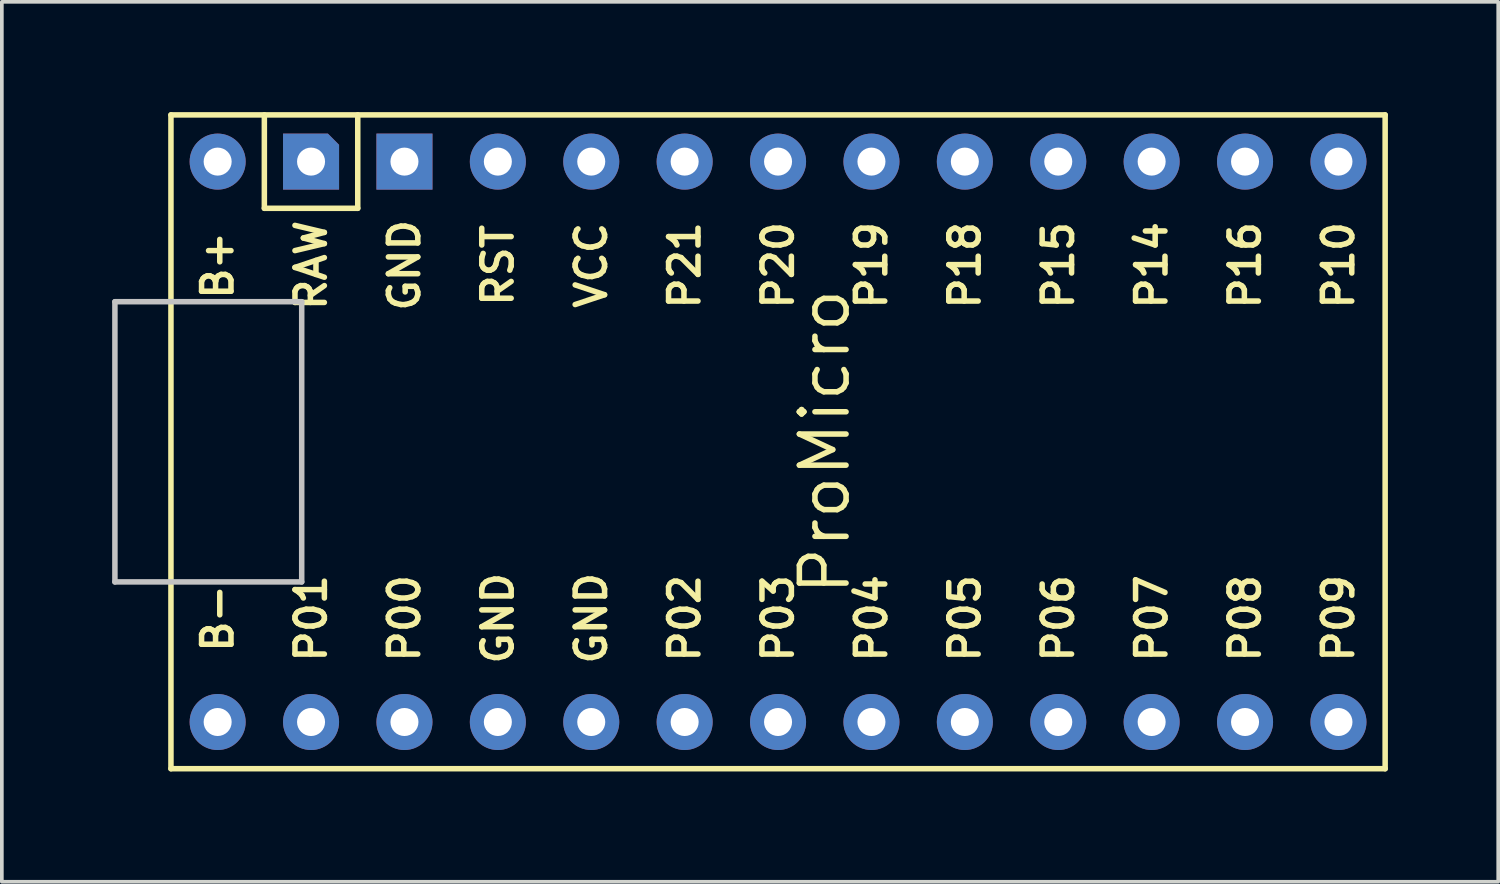
<source format=kicad_pcb>
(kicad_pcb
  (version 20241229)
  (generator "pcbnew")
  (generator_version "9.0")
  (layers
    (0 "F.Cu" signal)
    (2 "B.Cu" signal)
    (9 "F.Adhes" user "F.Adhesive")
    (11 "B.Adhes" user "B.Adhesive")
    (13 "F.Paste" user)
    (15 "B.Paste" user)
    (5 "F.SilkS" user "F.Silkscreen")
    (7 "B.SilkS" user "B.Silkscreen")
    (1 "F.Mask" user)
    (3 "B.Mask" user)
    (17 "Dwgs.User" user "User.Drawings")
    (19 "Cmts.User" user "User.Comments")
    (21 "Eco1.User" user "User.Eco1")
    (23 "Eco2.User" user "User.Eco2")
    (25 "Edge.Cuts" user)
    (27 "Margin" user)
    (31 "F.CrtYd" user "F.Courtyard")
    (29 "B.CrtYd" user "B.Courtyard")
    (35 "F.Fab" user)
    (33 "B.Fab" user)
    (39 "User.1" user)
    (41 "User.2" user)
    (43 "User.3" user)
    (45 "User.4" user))
  (footprint "ProMicro"
    (layer "F.Cu")
    (at 19.379 8.965)
    (property "Reference" "ProMicro" (at 0 0 90) (layer "F.SilkS") (effects (font (size 1.27 1.27) (thickness 0.15))))
    (attr through_hole)
    (fp_line (start -17.78 -8.89) (end 15.24 -8.89) (stroke (width 0.15) (type solid)) (layer "F.SilkS"))
    (fp_line (start -17.78 8.89) (end -17.78 -8.89) (stroke (width 0.15) (type solid)) (layer "F.SilkS"))
    (fp_line (start -15.24 -6.35) (end -15.24 -8.89) (stroke (width 0.15) (type solid)) (layer "F.SilkS"))
    (fp_line (start -15.24 -6.35) (end -12.7 -6.35) (stroke (width 0.15) (type solid)) (layer "F.SilkS"))
    (fp_line (start -12.7 -6.35) (end -12.7 -8.89) (stroke (width 0.15) (type solid)) (layer "F.SilkS"))
    (fp_line (start 15.24 -8.89) (end 15.24 8.89) (stroke (width 0.15) (type solid)) (layer "F.SilkS"))
    (fp_line (start 15.24 8.89) (end -17.78 8.89) (stroke (width 0.15) (type solid)) (layer "F.SilkS"))
    (fp_line (start -19.304 -3.81) (end -19.304 3.81) (stroke (width 0.15) (type solid)) (layer "Dwgs.User"))
    (fp_line (start -19.304 3.81) (end -14.224 3.81) (stroke (width 0.15) (type solid)) (layer "Dwgs.User"))
    (fp_line (start -14.224 -3.81) (end -19.304 -3.81) (stroke (width 0.15) (type solid)) (layer "Dwgs.User"))
    (fp_line (start -14.224 3.81) (end -14.224 -3.81) (stroke (width 0.15) (type solid)) (layer "Dwgs.User"))
    (fp_text user "P18" (at 3.81 -4.8 90) (layer "F.SilkS") (effects (font (size 0.8 0.8) (thickness 0.15))))
    (fp_text user "VCC" (at -6.35 -4.8 90) (layer "F.SilkS") (effects (font (size 0.8 0.8) (thickness 0.15))))
    (fp_text user "P21" (at -3.81 -4.8 90) (layer "F.SilkS") (effects (font (size 0.8 0.8) (thickness 0.15))))
    (fp_text user "GND" (at -11.43 -4.8 90) (layer "F.SilkS") (effects (font (size 0.8 0.8) (thickness 0.15))))
    (fp_text user "RST" (at -8.89 -4.8 90) (layer "F.SilkS") (effects (font (size 0.8 0.8) (thickness 0.15))))
    (fp_text user "P10" (at 13.97 -4.8 90) (layer "F.SilkS") (effects (font (size 0.8 0.8) (thickness 0.15))))
    (fp_text user "P03" (at -1.27 4.8 90) (layer "F.SilkS") (effects (font (size 0.8 0.8) (thickness 0.15))))
    (fp_text user "P09" (at 13.97 4.8 90) (layer "F.SilkS") (effects (font (size 0.8 0.8) (thickness 0.15))))
    (fp_text user "P00" (at -11.43 4.8 90) (layer "F.SilkS") (effects (font (size 0.8 0.8) (thickness 0.15))))
    (fp_text user "P04" (at 1.27 4.8 90) (layer "F.SilkS") (effects (font (size 0.8 0.8) (thickness 0.15))))
    (fp_text user "P06" (at 6.35 4.8 90) (layer "F.SilkS") (effects (font (size 0.8 0.8) (thickness 0.15))))
    (fp_text user "P01" (at -13.97 4.8 90) (layer "F.SilkS") (effects (font (size 0.8 0.8) (thickness 0.15))))
    (fp_text user "RAW" (at -13.97 -4.8 90) (layer "F.SilkS") (effects (font (size 0.8 0.8) (thickness 0.15))))
    (fp_text user "P02" (at -3.81 4.8 90) (layer "F.SilkS") (effects (font (size 0.8 0.8) (thickness 0.15))))
    (fp_text user "P16" (at 11.43 -4.8 90) (layer "F.SilkS") (effects (font (size 0.8 0.8) (thickness 0.15))))
    (fp_text user "P19" (at 1.27 -4.8 90) (layer "F.SilkS") (effects (font (size 0.8 0.8) (thickness 0.15))))
    (fp_text user "P07" (at 8.89 4.8 90) (layer "F.SilkS") (effects (font (size 0.8 0.8) (thickness 0.15))))
    (fp_text user "B+" (at -16.51 -4.8 90) (layer "F.SilkS") (effects (font (size 0.8 0.8) (thickness 0.15))))
    (fp_text user "P05" (at 3.81 4.8 90) (layer "F.SilkS") (effects (font (size 0.8 0.8) (thickness 0.15))))
    (fp_text user "B-" (at -16.51 4.8 90) (layer "F.SilkS") (effects (font (size 0.8 0.8) (thickness 0.15))))
    (fp_text user "GND" (at -6.35 4.8 90) (layer "F.SilkS") (effects (font (size 0.8 0.8) (thickness 0.15))))
    (fp_text user "P15" (at 6.35 -4.8 90) (layer "F.SilkS") (effects (font (size 0.8 0.8) (thickness 0.15))))
    (fp_text user "P08" (at 11.43 4.8 90) (layer "F.SilkS") (effects (font (size 0.8 0.8) (thickness 0.15))))
    (fp_text user "P14" (at 8.89 -4.8 90) (layer "F.SilkS") (effects (font (size 0.8 0.8) (thickness 0.15))))
    (fp_text user "P20" (at -1.27 -4.8 90) (layer "F.SilkS") (effects (font (size 0.8 0.8) (thickness 0.15))))
    (fp_text user "GND" (at -8.89 4.8 90) (layer "F.SilkS") (effects (font (size 0.8 0.8) (thickness 0.15))))
    (pad "1" thru_hole circle (at -16.51 7.62 270) (size 1.524 1.524) (drill 0.762) (layers "*.Cu" "*.Mask"))
    (pad "2" thru_hole circle (at -13.97 7.62 270) (size 1.524 1.524) (drill 0.762) (layers "*.Cu" "*.Mask"))
    (pad "3" thru_hole circle (at -11.43 7.62 270) (size 1.524 1.524) (drill 0.762) (layers "*.Cu" "*.Mask"))
    (pad "4" thru_hole circle (at -8.89 7.62 270) (size 1.524 1.524) (drill 0.762) (layers "*.Cu" "*.Mask"))
    (pad "5" thru_hole circle (at -6.35 7.62 270) (size 1.524 1.524) (drill 0.762) (layers "*.Cu" "*.Mask"))
    (pad "6" thru_hole circle (at -3.81 7.62 270) (size 1.524 1.524) (drill 0.762) (layers "*.Cu" "*.Mask"))
    (pad "7" thru_hole circle (at -1.27 7.62 270) (size 1.524 1.524) (drill 0.762) (layers "*.Cu" "*.Mask"))
    (pad "8" thru_hole circle (at 1.27 7.62 270) (size 1.524 1.524) (drill 0.762) (layers "*.Cu" "*.Mask"))
    (pad "9" thru_hole circle (at 3.81 7.62 270) (size 1.524 1.524) (drill 0.762) (layers "*.Cu" "*.Mask"))
    (pad "10" thru_hole circle (at 6.35 7.62 270) (size 1.524 1.524) (drill 0.762) (layers "*.Cu" "*.Mask"))
    (pad "11" thru_hole circle (at 8.89 7.62 270) (size 1.524 1.524) (drill 0.762) (layers "*.Cu" "*.Mask"))
    (pad "12" thru_hole circle (at 11.43 7.62 270) (size 1.524 1.524) (drill 0.762) (layers "*.Cu" "*.Mask"))
    (pad "13" thru_hole circle (at 13.97 7.62 270) (size 1.524 1.524) (drill 0.762) (layers "*.Cu" "*.Mask"))
    (pad "14" thru_hole circle (at -16.51 -7.62 270) (size 1.524 1.524) (drill 0.762) (layers "*.Cu" "*.Mask"))
    (pad "15" thru_hole roundrect (at -13.97 -7.62 270) (size 1.524 1.524) (drill 0.762) (layers "*.Cu" "*.Mask") (roundrect_rratio 0) (chamfer_ratio 0.2) (chamfer top_left))
    (pad "16" thru_hole rect (at -11.43 -7.62 270) (size 1.524 1.524) (drill 0.762) (layers "*.Cu" "*.Mask"))
    (pad "17" thru_hole circle (at -8.89 -7.62 270) (size 1.524 1.524) (drill 0.762) (layers "*.Cu" "*.Mask"))
    (pad "18" thru_hole circle (at -6.35 -7.62 270) (size 1.524 1.524) (drill 0.762) (layers "*.Cu" "*.Mask"))
    (pad "19" thru_hole circle (at -3.81 -7.62 270) (size 1.524 1.524) (drill 0.762) (layers "*.Cu" "*.Mask"))
    (pad "20" thru_hole circle (at -1.27 -7.62 270) (size 1.524 1.524) (drill 0.762) (layers "*.Cu" "*.Mask"))
    (pad "21" thru_hole circle (at 1.27 -7.62 270) (size 1.524 1.524) (drill 0.762) (layers "*.Cu" "*.Mask"))
    (pad "22" thru_hole circle (at 3.81 -7.62 270) (size 1.524 1.524) (drill 0.762) (layers "*.Cu" "*.Mask"))
    (pad "23" thru_hole circle (at 6.35 -7.62 270) (size 1.524 1.524) (drill 0.762) (layers "*.Cu" "*.Mask"))
    (pad "24" thru_hole circle (at 8.89 -7.62 270) (size 1.524 1.524) (drill 0.762) (layers "*.Cu" "*.Mask"))
    (pad "25" thru_hole circle (at 11.43 -7.62 270) (size 1.524 1.524) (drill 0.762) (layers "*.Cu" "*.Mask"))
    (pad "26" thru_hole circle (at 13.97 -7.62 270) (size 1.524 1.524) (drill 0.762) (layers "*.Cu" "*.Mask")))
  (gr_rect
    (start -3 -3)
    (end 37.694 20.93)
    (stroke (width 0.1) (type default))
    (fill no)
    (layer "Edge.Cuts")))
</source>
